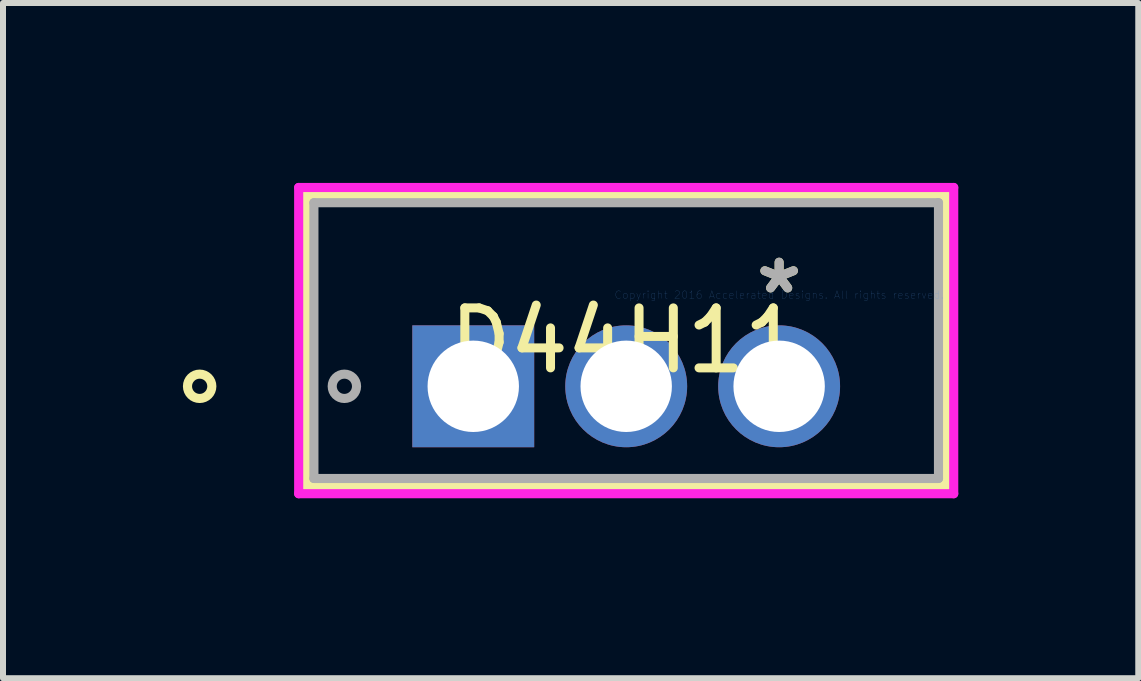
<source format=kicad_pcb>
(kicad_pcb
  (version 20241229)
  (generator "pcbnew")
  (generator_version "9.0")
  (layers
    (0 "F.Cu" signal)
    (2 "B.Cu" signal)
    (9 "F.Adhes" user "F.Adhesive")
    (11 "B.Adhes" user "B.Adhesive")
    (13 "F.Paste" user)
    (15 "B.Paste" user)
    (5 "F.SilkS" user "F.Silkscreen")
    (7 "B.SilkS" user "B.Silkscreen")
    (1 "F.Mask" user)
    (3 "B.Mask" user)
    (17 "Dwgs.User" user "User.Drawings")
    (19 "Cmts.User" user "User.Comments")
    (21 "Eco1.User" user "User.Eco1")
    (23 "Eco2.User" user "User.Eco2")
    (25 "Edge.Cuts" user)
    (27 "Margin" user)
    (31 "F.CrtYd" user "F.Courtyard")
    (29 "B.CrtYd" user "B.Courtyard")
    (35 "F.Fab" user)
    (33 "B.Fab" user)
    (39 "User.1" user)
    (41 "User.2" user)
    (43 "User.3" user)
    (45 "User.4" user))
  (footprint "D44H11"
    (layer "F.Cu")
    (at 9.941 1.867)
    (property "Reference" "D44H11" (at -2.55 0.762 0) (layer "F.SilkS") (effects (font (size 1 1) (thickness 0.15))))
    (attr through_hole)
    (fp_line (start -7.884 -1.664) (end -7.884 3.188) (stroke (width 0.152) (type solid)) (layer "F.SilkS"))
    (fp_line (start -7.884 3.188) (end 2.784 3.188) (stroke (width 0.152) (type solid)) (layer "F.SilkS"))
    (fp_line (start 2.784 -1.664) (end -7.884 -1.664) (stroke (width 0.152) (type solid)) (layer "F.SilkS"))
    (fp_line (start 2.784 3.188) (end 2.784 -1.664) (stroke (width 0.152) (type solid)) (layer "F.SilkS"))
    (fp_circle (center -9.662 1.524) (end -9.459 1.524) (stroke (width 0.152) (type solid)) (fill no) (layer "F.SilkS"))
    (fp_line (start -8.011 -1.791) (end 2.911 -1.791) (stroke (width 0.152) (type solid)) (layer "F.CrtYd"))
    (fp_line (start -8.011 3.315) (end -8.011 -1.791) (stroke (width 0.152) (type solid)) (layer "F.CrtYd"))
    (fp_line (start 2.911 -1.791) (end 2.911 3.315) (stroke (width 0.152) (type solid)) (layer "F.CrtYd"))
    (fp_line (start 2.911 3.315) (end -8.011 3.315) (stroke (width 0.152) (type solid)) (layer "F.CrtYd"))
    (fp_line (start -7.757 -1.537) (end -7.757 3.061) (stroke (width 0.152) (type solid)) (layer "F.Fab"))
    (fp_line (start -7.757 3.061) (end 2.657 3.061) (stroke (width 0.152) (type solid)) (layer "F.Fab"))
    (fp_line (start -5.354 1.524) (end -4.846 1.524) (stroke (width 0.152) (type solid)) (layer "F.Fab"))
    (fp_line (start -5.1 1.778) (end -5.1 1.27) (stroke (width 0.152) (type solid)) (layer "F.Fab"))
    (fp_line (start 2.657 -1.537) (end -7.757 -1.537) (stroke (width 0.152) (type solid)) (layer "F.Fab"))
    (fp_line (start 2.657 3.061) (end 2.657 -1.537) (stroke (width 0.152) (type solid)) (layer "F.Fab"))
    (fp_circle (center -7.249 1.524) (end -7.046 1.524) (stroke (width 0.152) (type solid)) (fill no) (layer "F.Fab"))
    (fp_text user "*" (at 0 0 0) (layer "F.SilkS") (effects (font (size 1 1) (thickness 0.15))))
    (fp_text user "Copyright 2016 Accelerated Designs. All rights reserved." (at 0 0 0) (layer "Cmts.User") (effects (font (size 0.127 0.127) (thickness 0.002))))
    (fp_text user "*" (at 0 0 0) (layer "F.Fab") (effects (font (size 1 1) (thickness 0.15))))
    (pad "1" thru_hole rect (at -5.1 1.524) (size 2.032 2.032) (drill 1.524) (layers "*.Cu" "*.Mask"))
    (pad "2" thru_hole circle (at -2.55 1.524) (size 2.032 2.032) (drill 1.524) (layers "*.Cu" "*.Mask"))
    (pad "3" thru_hole circle (at 0 1.524) (size 2.032 2.032) (drill 1.524) (layers "*.Cu" "*.Mask")))
  (gr_rect
    (start -3 -3)
    (end 15.929 8.258)
    (stroke (width 0.1) (type default))
    (fill no)
    (layer "Edge.Cuts")))
</source>
